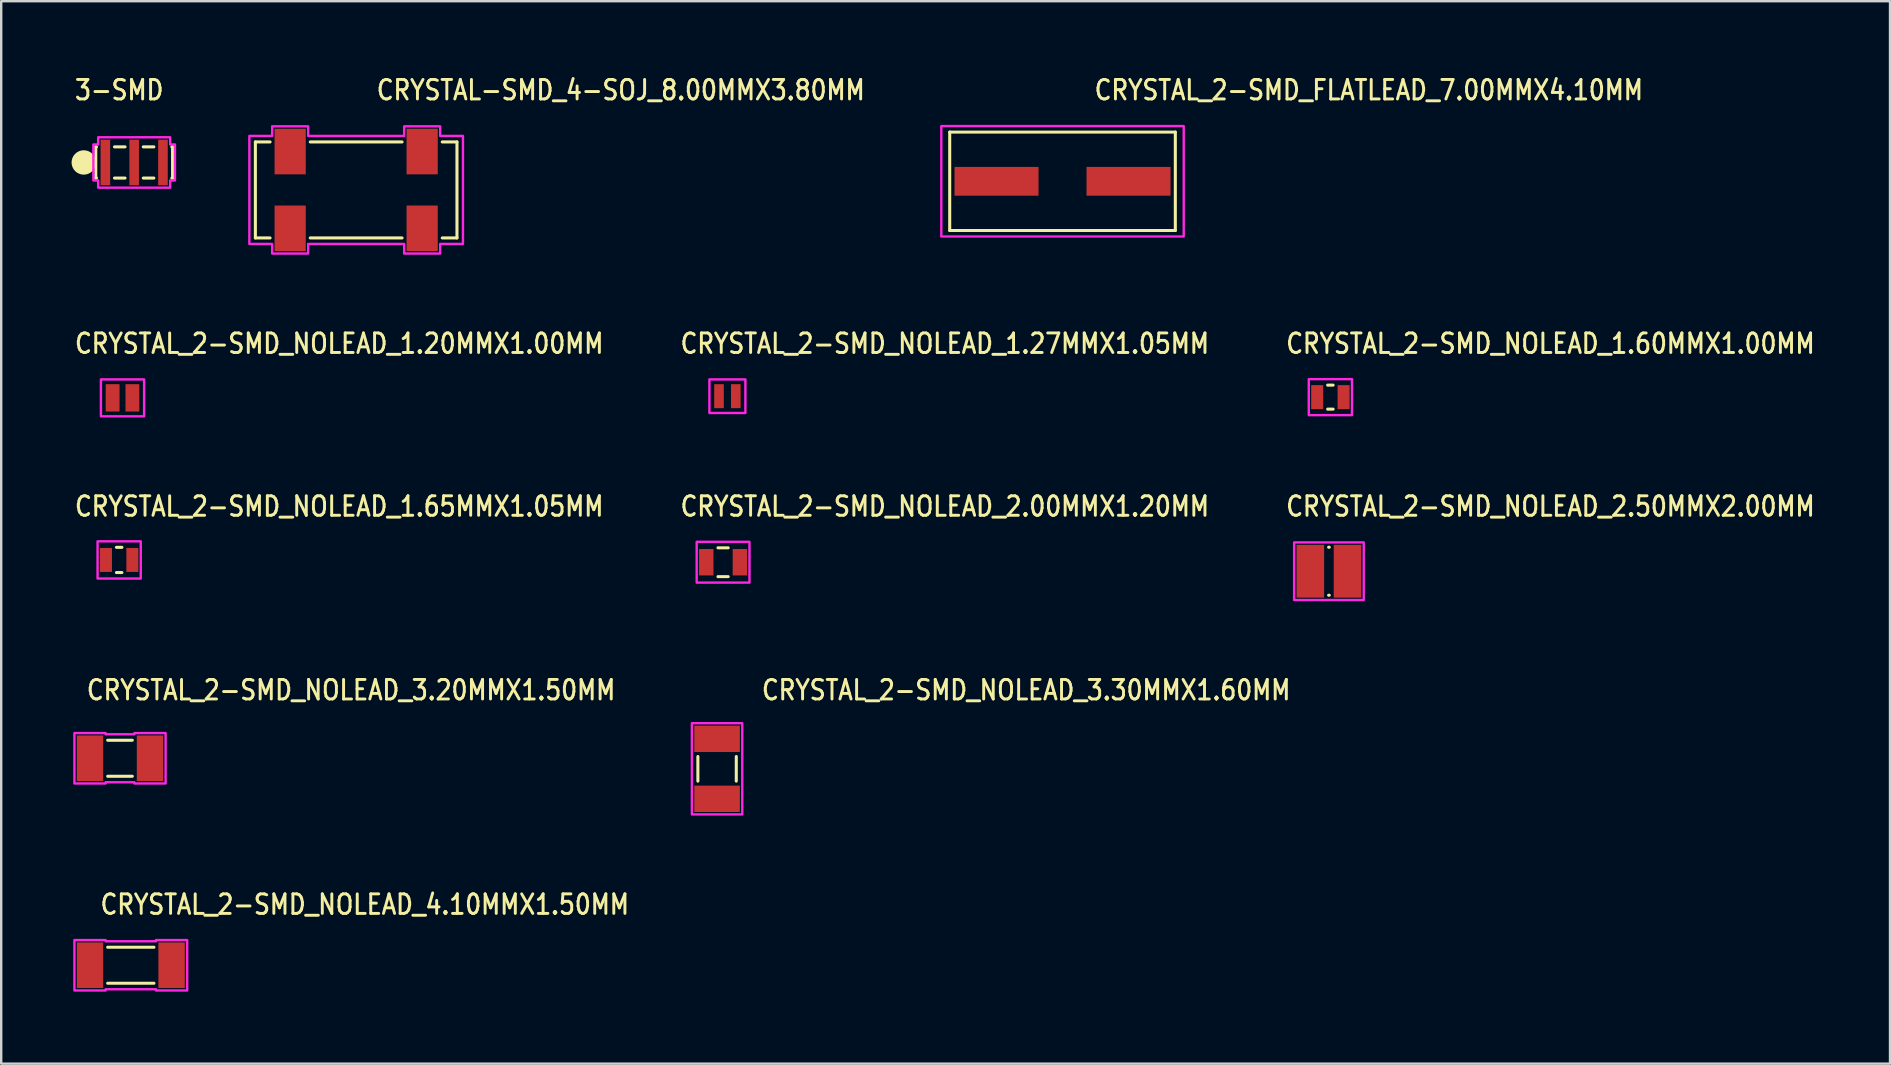
<source format=kicad_pcb>
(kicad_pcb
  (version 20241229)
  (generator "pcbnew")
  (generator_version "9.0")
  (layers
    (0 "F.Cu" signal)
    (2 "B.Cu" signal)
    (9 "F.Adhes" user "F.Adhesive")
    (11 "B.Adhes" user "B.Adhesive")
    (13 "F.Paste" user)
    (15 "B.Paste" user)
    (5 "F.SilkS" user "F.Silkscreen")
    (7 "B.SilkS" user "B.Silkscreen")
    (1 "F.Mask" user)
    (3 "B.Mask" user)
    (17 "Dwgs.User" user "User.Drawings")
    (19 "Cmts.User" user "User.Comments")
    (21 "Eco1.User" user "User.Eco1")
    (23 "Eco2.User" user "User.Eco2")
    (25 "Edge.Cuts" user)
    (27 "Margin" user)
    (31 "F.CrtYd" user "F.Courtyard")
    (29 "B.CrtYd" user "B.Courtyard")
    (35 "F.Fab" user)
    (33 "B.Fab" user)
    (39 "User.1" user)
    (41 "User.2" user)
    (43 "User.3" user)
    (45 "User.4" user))
  (footprint "CRYSTAL_2-SMD_NOLEAD_3.30MMX1.60MM"
    (layer "F.Cu")
    (at 26.828 28.984)
    (property "Reference" "CRYSTAL_2-SMD_NOLEAD_3.30MMX1.60MM" (at 1.795 -2.805 0) (unlocked yes) (layer "F.SilkS") (effects (font (size 0.813 0.695) (thickness 0.122)) (justify left bottom)))
    (fp_line (start -0.8 -0.513) (end -0.8 0.513) (stroke (width 0.127) (type solid)) (layer "F.SilkS"))
    (fp_line (start 0.8 0.513) (end 0.8 -0.513) (stroke (width 0.127) (type solid)) (layer "F.SilkS"))
    (fp_poly (pts (xy -1.05 1.9) (xy -1.05 -1.9) (xy 1.05 -1.9) (xy 1.05 1.9)) (stroke (width 0.1) (type solid)) (fill no) (layer "F.CrtYd"))
    (pad "1" smd rect (at 0 -1.25) (size 1.9 1.1) (layers "F.Cu" "F.Mask" "F.Paste"))
    (pad "2" smd rect (at 0 1.25) (size 1.9 1.1) (layers "F.Cu" "F.Mask" "F.Paste")))
  (footprint "CRYSTAL_2-SMD_NOLEAD_2.00MMX1.20MM"
    (layer "F.Cu")
    (at 27.078 20.376)
    (property "Reference" "CRYSTAL_2-SMD_NOLEAD_2.00MMX1.20MM" (at -1.845 -1.85 0) (unlocked yes) (layer "F.SilkS") (effects (font (size 0.813 0.695) (thickness 0.122)) (justify left bottom)))
    (fp_line (start -0.213 -0.6) (end 0.213 -0.6) (stroke (width 0.127) (type solid)) (layer "F.SilkS"))
    (fp_line (start 0.213 0.6) (end -0.213 0.6) (stroke (width 0.127) (type solid)) (layer "F.SilkS"))
    (fp_poly (pts (xy -1.1 0.85) (xy -1.1 -0.85) (xy 1.1 -0.85) (xy 1.1 0.85)) (stroke (width 0.1) (type solid)) (fill no) (layer "F.CrtYd"))
    (pad "1" smd rect (at -0.7 0) (size 0.6 1.1) (layers "F.Cu" "F.Mask" "F.Paste"))
    (pad "2" smd rect (at 0.7 0) (size 0.6 1.1) (layers "F.Cu" "F.Mask" "F.Paste")))
  (footprint "CRYSTAL_2-SMD_NOLEAD_1.60MMX1.00MM"
    (layer "F.Cu")
    (at 52.382 13.497)
    (property "Reference" "CRYSTAL_2-SMD_NOLEAD_1.60MMX1.00MM" (at -1.915 -1.755 0) (unlocked yes) (layer "F.SilkS") (effects (font (size 0.813 0.695) (thickness 0.122)) (justify left bottom)))
    (fp_line (start -0.114 -0.5) (end 0.114 -0.5) (stroke (width 0.127) (type solid)) (layer "F.SilkS"))
    (fp_line (start 0.114 0.5) (end -0.114 0.5) (stroke (width 0.127) (type solid)) (layer "F.SilkS"))
    (fp_poly (pts (xy -0.9 0.75) (xy -0.9 -0.75) (xy 0.9 -0.75) (xy 0.9 0.75)) (stroke (width 0.1) (type solid)) (fill no) (layer "F.CrtYd"))
    (pad "1" smd rect (at -0.55 0) (size 0.5 1) (layers "F.Cu" "F.Mask" "F.Paste"))
    (pad "2" smd rect (at 0.55 0) (size 0.5 1) (layers "F.Cu" "F.Mask" "F.Paste")))
  (footprint "CRYSTAL-SMD_4-SOJ_8.00MMX3.80MM"
    (layer "F.Cu")
    (at 11.79 4.864)
    (property "Reference" "CRYSTAL-SMD_4-SOJ_8.00MMX3.80MM" (at 0.785 -3.685 0) (unlocked yes) (layer "F.SilkS") (effects (font (size 0.813 0.695) (thickness 0.122)) (justify left bottom)))
    (fp_line (start -4.2 -2) (end -3.587 -2) (stroke (width 0.127) (type solid)) (layer "F.SilkS"))
    (fp_line (start -4.2 2) (end -4.2 -2) (stroke (width 0.127) (type solid)) (layer "F.SilkS"))
    (fp_line (start -3.587 2) (end -4.2 2) (stroke (width 0.127) (type solid)) (layer "F.SilkS"))
    (fp_line (start -1.913 -2) (end 1.913 -2) (stroke (width 0.127) (type solid)) (layer "F.SilkS"))
    (fp_line (start 1.913 2) (end -1.913 2) (stroke (width 0.127) (type solid)) (layer "F.SilkS"))
    (fp_line (start 3.587 -2) (end 4.2 -2) (stroke (width 0.127) (type solid)) (layer "F.SilkS"))
    (fp_line (start 4.2 -2) (end 4.2 2) (stroke (width 0.127) (type solid)) (layer "F.SilkS"))
    (fp_line (start 4.2 2) (end 3.587 2) (stroke (width 0.127) (type solid)) (layer "F.SilkS"))
    (fp_poly (pts (xy -4.45 2.25) (xy -4.45 -2.25) (xy -3.5 -2.25) (xy -3.5 -2.65) (xy -2 -2.65) (xy -2 -2.25) (xy 2 -2.25) (xy 2 -2.65) (xy 3.5 -2.65) (xy 3.5 -2.25) (xy 4.45 -2.25) (xy 4.45 2.25) (xy 3.5 2.25) (xy 3.5 2.65) (xy 2 2.65) (xy 2 2.25) (xy -2 2.25) (xy -2 2.65) (xy -3.5 2.65) (xy -3.5 2.25)) (stroke (width 0.1) (type solid)) (fill no) (layer "F.CrtYd"))
    (pad "S_1" smd rect (at -2.75 1.6) (size 1.3 1.9) (layers "F.Cu" "F.Mask" "F.Paste"))
    (pad "S_2" smd rect (at 2.75 1.6) (size 1.3 1.9) (layers "F.Cu" "F.Mask" "F.Paste"))
    (pad "S_3" smd rect (at 2.75 -1.6) (size 1.3 1.9) (layers "F.Cu" "F.Mask" "F.Paste"))
    (pad "S_4" smd rect (at -2.75 -1.6) (size 1.3 1.9) (layers "F.Cu" "F.Mask" "F.Paste")))
  (footprint "3-SMD"
    (layer "F.Cu")
    (at 2.54 3.719)
    (property "Reference" "3-SMD" (at -2.54 -2.54 0) (unlocked yes) (layer "F.SilkS") (effects (font (size 0.813 0.695) (thickness 0.122)) (justify left bottom)))
    (fp_line (start -1.6 -0.65) (end -1.6 0.65) (stroke (width 0.127) (type solid)) (layer "F.SilkS"))
    (fp_line (start -1.6 0.65) (end -1.57 0.65) (stroke (width 0.127) (type solid)) (layer "F.SilkS"))
    (fp_line (start -1.57 -0.65) (end -1.6 -0.65) (stroke (width 0.127) (type solid)) (layer "F.SilkS"))
    (fp_line (start -0.82 0.65) (end -0.38 0.65) (stroke (width 0.127) (type solid)) (layer "F.SilkS"))
    (fp_line (start -0.38 -0.65) (end -0.82 -0.65) (stroke (width 0.127) (type solid)) (layer "F.SilkS"))
    (fp_line (start 0.38 -0.65) (end 0.82 -0.65) (stroke (width 0.127) (type solid)) (layer "F.SilkS"))
    (fp_line (start 0.38 0.65) (end 0.82 0.65) (stroke (width 0.127) (type solid)) (layer "F.SilkS"))
    (fp_line (start 1.57 0.65) (end 1.6 0.65) (stroke (width 0.127) (type solid)) (layer "F.SilkS"))
    (fp_line (start 1.6 -0.65) (end 1.57 -0.65) (stroke (width 0.127) (type solid)) (layer "F.SilkS"))
    (fp_line (start 1.6 0.65) (end 1.6 -0.65) (stroke (width 0.127) (type solid)) (layer "F.SilkS"))
    (fp_circle (center -2.1 0) (end -2.1 0) (stroke (width 0.508) (type solid)) (fill no) (layer "F.SilkS"))
    (fp_poly (pts (xy -1.5 -1.05) (xy 1.5 -1.05) (xy 1.5 -0.75) (xy 1.7 -0.75) (xy 1.7 0.75) (xy 1.5 0.75) (xy 1.5 1.05) (xy -1.5 1.05) (xy -1.5 0.75) (xy -1.7 0.75) (xy -1.7 -0.75) (xy -1.5 -0.75)) (stroke (width 0.1) (type solid)) (fill no) (layer "F.CrtYd"))
    (pad "1" smd rect (at -1.2 0) (size 0.4 1.9) (layers "F.Cu" "F.Mask" "F.Paste"))
    (pad "2" smd rect (at 0 0) (size 0.4 1.9) (layers "F.Cu" "F.Mask" "F.Paste"))
    (pad "3" smd rect (at 1.2 0) (size 0.4 1.9) (layers "F.Cu" "F.Mask" "F.Paste")))
  (footprint "CRYSTAL_2-SMD_NOLEAD_4.10MMX1.50MM"
    (layer "F.Cu")
    (at 2.4 37.168)
    (property "Reference" "CRYSTAL_2-SMD_NOLEAD_4.10MMX1.50MM" (at -1.335 -2.055 0) (unlocked yes) (layer "F.SilkS") (effects (font (size 0.813 0.695) (thickness 0.122)) (justify left bottom)))
    (fp_line (start -0.964 -0.75) (end 0.964 -0.75) (stroke (width 0.127) (type solid)) (layer "F.SilkS"))
    (fp_line (start -0.964 0.75) (end 0.964 0.75) (stroke (width 0.127) (type solid)) (layer "F.SilkS"))
    (fp_poly (pts (xy -2.35 1.05) (xy -2.35 -1.05) (xy -1.05 -1.05) (xy -1.05 -1) (xy 1.05 -1) (xy 1.05 -1.05) (xy 2.35 -1.05) (xy 2.35 1.05) (xy 1.05 1.05) (xy 1.05 1) (xy -1.05 1) (xy -1.05 1.05)) (stroke (width 0.1) (type solid)) (fill no) (layer "F.CrtYd"))
    (pad "1" smd rect (at -1.7 0) (size 1.1 1.9) (layers "F.Cu" "F.Mask" "F.Paste"))
    (pad "2" smd rect (at 1.7 0) (size 1.1 1.9) (layers "F.Cu" "F.Mask" "F.Paste")))
  (footprint "CRYSTAL_2-SMD_NOLEAD_3.20MMX1.50MM"
    (layer "F.Cu")
    (at 1.95 28.544)
    (property "Reference" "CRYSTAL_2-SMD_NOLEAD_3.20MMX1.50MM" (at -1.455 -2.365 0) (unlocked yes) (layer "F.SilkS") (effects (font (size 0.813 0.695) (thickness 0.122)) (justify left bottom)))
    (fp_line (start -0.513 -0.75) (end 0.513 -0.75) (stroke (width 0.127) (type solid)) (layer "F.SilkS"))
    (fp_line (start 0.513 0.75) (end -0.513 0.75) (stroke (width 0.127) (type solid)) (layer "F.SilkS"))
    (fp_poly (pts (xy -1.9 -1.05) (xy -0.6 -1.05) (xy -0.6 -1) (xy 0.6 -1) (xy 0.6 -1.05) (xy 1.9 -1.05) (xy 1.9 1.05) (xy 0.6 1.05) (xy 0.6 1) (xy -0.6 1) (xy -0.6 1.05) (xy -1.9 1.05)) (stroke (width 0.1) (type solid)) (fill no) (layer "F.CrtYd"))
    (pad "1" smd rect (at -1.25 0) (size 1.1 1.9) (layers "F.Cu" "F.Mask" "F.Paste"))
    (pad "2" smd rect (at 1.25 0) (size 1.1 1.9) (layers "F.Cu" "F.Mask" "F.Paste")))
  (footprint "CRYSTAL_2-SMD_NOLEAD_2.50MMX2.00MM"
    (layer "F.Cu")
    (at 52.322 20.751)
    (property "Reference" "CRYSTAL_2-SMD_NOLEAD_2.50MMX2.00MM" (at -1.855 -2.225 0) (unlocked yes) (layer "F.SilkS") (effects (font (size 0.813 0.695) (thickness 0.122)) (justify left bottom)))
    (fp_line (start -0.013 -1) (end 0.013 -1) (stroke (width 0.127) (type solid)) (layer "F.SilkS"))
    (fp_line (start 0.013 1) (end -0.013 1) (stroke (width 0.127) (type solid)) (layer "F.SilkS"))
    (fp_poly (pts (xy -1.45 1.2) (xy -1.45 -1.2) (xy 1.45 -1.2) (xy 1.45 1.2)) (stroke (width 0.1) (type solid)) (fill no) (layer "F.CrtYd"))
    (pad "1" smd rect (at -0.775 0) (size 1.15 2.2) (layers "F.Cu" "F.Mask" "F.Paste"))
    (pad "2" smd rect (at 0.775 0) (size 1.15 2.2) (layers "F.Cu" "F.Mask" "F.Paste")))
  (footprint "CRYSTAL_2-SMD_FLATLEAD_7.00MMX4.10MM"
    (layer "F.Cu")
    (at 41.221 4.504)
    (property "Reference" "CRYSTAL_2-SMD_FLATLEAD_7.00MMX4.10MM" (at 1.265 -3.325 0) (unlocked yes) (layer "F.SilkS") (effects (font (size 0.813 0.695) (thickness 0.122)) (justify left bottom)))
    (fp_line (start -4.7 -2.05) (end 4.7 -2.05) (stroke (width 0.127) (type solid)) (layer "F.SilkS"))
    (fp_line (start -4.7 2.05) (end -4.7 -2.05) (stroke (width 0.127) (type solid)) (layer "F.SilkS"))
    (fp_line (start 4.7 -2.05) (end 4.7 2.05) (stroke (width 0.127) (type solid)) (layer "F.SilkS"))
    (fp_line (start 4.7 2.05) (end -4.7 2.05) (stroke (width 0.127) (type solid)) (layer "F.SilkS"))
    (fp_poly (pts (xy -5.05 -2.3) (xy 5.05 -2.3) (xy 5.05 2.3) (xy -5.05 2.3)) (stroke (width 0.1) (type solid)) (fill no) (layer "F.CrtYd"))
    (pad "1" smd rect (at -2.75 0) (size 3.5 1.2) (layers "F.Cu" "F.Mask" "F.Paste"))
    (pad "2" smd rect (at 2.75 0) (size 3.5 1.2) (layers "F.Cu" "F.Mask" "F.Paste")))
  (footprint "CRYSTAL_2-SMD_NOLEAD_1.65MMX1.05MM"
    (layer "F.Cu")
    (at 1.915 20.281)
    (property "Reference" "CRYSTAL_2-SMD_NOLEAD_1.65MMX1.05MM" (at -1.915 -1.755 0) (unlocked yes) (layer "F.SilkS") (effects (font (size 0.813 0.695) (thickness 0.122)) (justify left bottom)))
    (fp_line (start -0.114 -0.525) (end 0.114 -0.525) (stroke (width 0.127) (type solid)) (layer "F.SilkS"))
    (fp_line (start 0.114 0.525) (end -0.114 0.525) (stroke (width 0.127) (type solid)) (layer "F.SilkS"))
    (fp_poly (pts (xy -0.9 0.775) (xy -0.9 -0.775) (xy 0.9 -0.775) (xy 0.9 0.775)) (stroke (width 0.1) (type solid)) (fill no) (layer "F.CrtYd"))
    (pad "1" smd rect (at -0.55 0) (size 0.5 1) (layers "F.Cu" "F.Mask" "F.Paste"))
    (pad "2" smd rect (at 0.55 0) (size 0.5 1) (layers "F.Cu" "F.Mask" "F.Paste")))
  (footprint "CRYSTAL_2-SMD_NOLEAD_1.27MMX1.05MM"
    (layer "F.Cu")
    (at 27.258 13.457)
    (property "Reference" "CRYSTAL_2-SMD_NOLEAD_1.27MMX1.05MM" (at -2.025 -1.715 0) (unlocked yes) (layer "F.SilkS") (effects (font (size 0.813 0.695) (thickness 0.122)) (justify left bottom)))
    (fp_poly (pts (xy -0.75 -0.7) (xy 0.75 -0.7) (xy 0.75 0.7) (xy -0.75 0.7)) (stroke (width 0.1) (type solid)) (fill no) (layer "F.CrtYd"))
    (pad "1" smd rect (at -0.35 0) (size 0.4 1) (layers "F.Cu" "F.Mask" "F.Paste"))
    (pad "2" smd rect (at 0.35 0) (size 0.4 1) (layers "F.Cu" "F.Mask" "F.Paste")))
  (footprint "CRYSTAL_2-SMD_NOLEAD_1.20MMX1.00MM"
    (layer "F.Cu")
    (at 2.055 13.527)
    (property "Reference" "CRYSTAL_2-SMD_NOLEAD_1.20MMX1.00MM" (at -2.055 -1.785 0) (unlocked yes) (layer "F.SilkS") (effects (font (size 0.813 0.695) (thickness 0.122)) (justify left bottom)))
    (fp_poly (pts (xy -0.9 0.77) (xy -0.9 -0.77) (xy 0.9 -0.77) (xy 0.9 0.77)) (stroke (width 0.1) (type solid)) (fill no) (layer "F.CrtYd"))
    (pad "1" smd rect (at -0.412 0) (size 0.575 1.14) (layers "F.Cu" "F.Mask" "F.Paste"))
    (pad "2" smd rect (at 0.412 0) (size 0.575 1.14) (layers "F.Cu" "F.Mask" "F.Paste")))
  (gr_rect
    (start -3 -3)
    (end 75.7 41.268)
    (stroke (width 0.1) (type default))
    (fill no)
    (layer "Edge.Cuts")))
</source>
